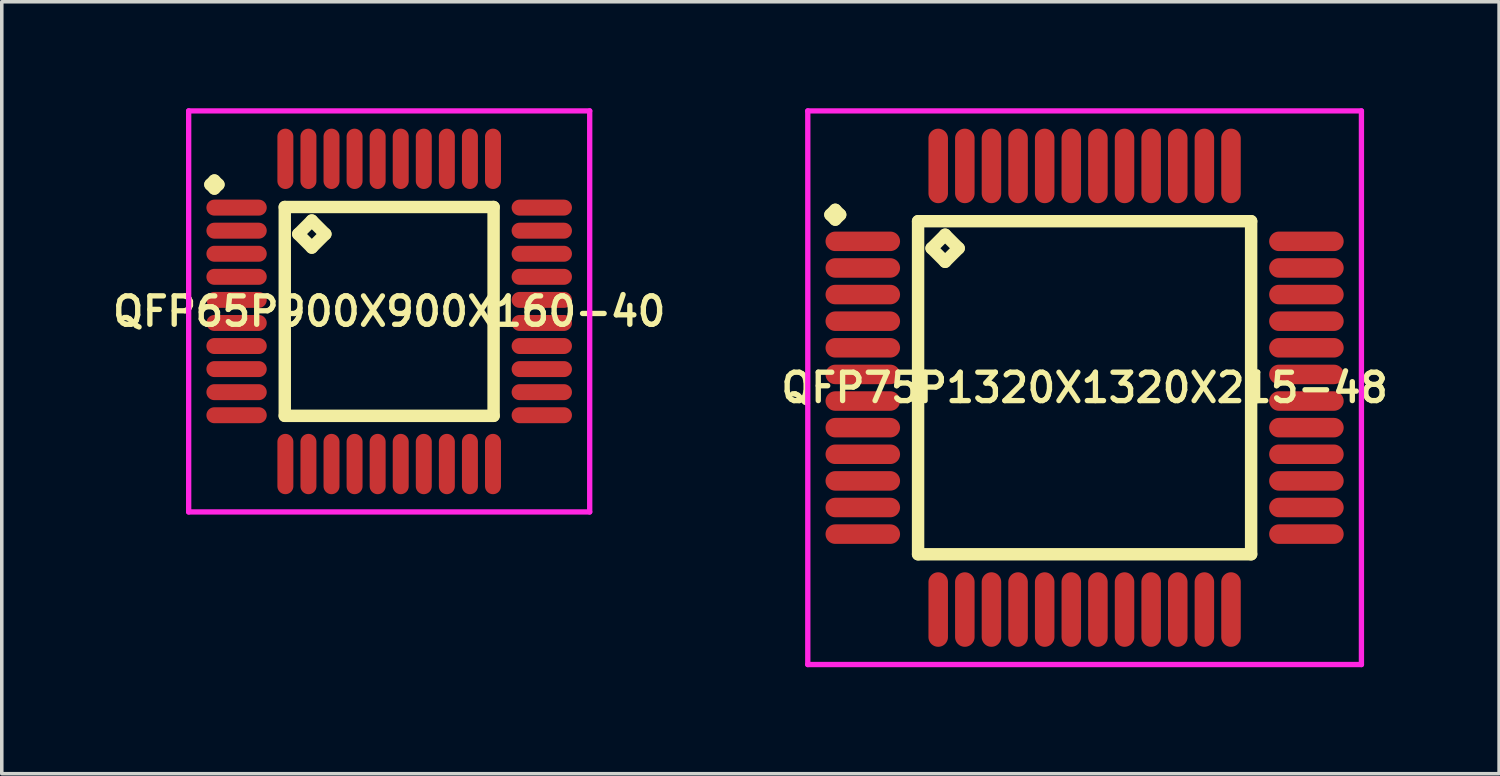
<source format=kicad_pcb>
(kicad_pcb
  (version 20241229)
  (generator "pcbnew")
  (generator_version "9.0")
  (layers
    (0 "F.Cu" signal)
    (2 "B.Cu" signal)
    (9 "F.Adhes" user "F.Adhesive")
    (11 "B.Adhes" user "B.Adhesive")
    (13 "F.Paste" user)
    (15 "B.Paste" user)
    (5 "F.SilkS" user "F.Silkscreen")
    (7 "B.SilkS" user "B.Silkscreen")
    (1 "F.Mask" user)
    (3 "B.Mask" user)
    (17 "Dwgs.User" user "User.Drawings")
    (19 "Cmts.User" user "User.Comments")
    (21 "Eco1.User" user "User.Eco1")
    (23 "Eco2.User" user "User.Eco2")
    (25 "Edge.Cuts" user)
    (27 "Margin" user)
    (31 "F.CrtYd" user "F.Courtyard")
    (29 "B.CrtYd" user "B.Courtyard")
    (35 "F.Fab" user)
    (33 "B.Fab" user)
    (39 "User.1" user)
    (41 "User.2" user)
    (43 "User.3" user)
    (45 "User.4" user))
  (footprint "QFP65P900X900X160-40"
    (layer "F.Cu")
    (at 7.916 5.725)
    (property "Reference" "QFP65P900X900X160-40" (at 0 0 0) (layer "F.SilkS") (effects (font (size 0.8 0.8) (thickness 0.15))))
    (attr smd)
    (fp_line (start -5.037 -3.575) (end -4.925 -3.688) (stroke (width 0.35) (type solid)) (layer "F.SilkS"))
    (fp_line (start -4.925 -3.688) (end -4.812 -3.575) (stroke (width 0.35) (type solid)) (layer "F.SilkS"))
    (fp_line (start -4.925 -3.462) (end -5.037 -3.575) (stroke (width 0.35) (type solid)) (layer "F.SilkS"))
    (fp_line (start -4.812 -3.575) (end -4.925 -3.462) (stroke (width 0.35) (type solid)) (layer "F.SilkS"))
    (fp_line (start -2.942 -2.942) (end -2.942 2.942) (stroke (width 0.35) (type solid)) (layer "F.SilkS"))
    (fp_line (start -2.942 2.942) (end 2.942 2.942) (stroke (width 0.35) (type solid)) (layer "F.SilkS"))
    (fp_line (start -2.561 -2.18) (end -2.18 -2.561) (stroke (width 0.35) (type solid)) (layer "F.SilkS"))
    (fp_line (start -2.18 -2.561) (end -1.799 -2.18) (stroke (width 0.35) (type solid)) (layer "F.SilkS"))
    (fp_line (start -2.18 -1.799) (end -2.561 -2.18) (stroke (width 0.35) (type solid)) (layer "F.SilkS"))
    (fp_line (start -1.799 -2.18) (end -2.18 -1.799) (stroke (width 0.35) (type solid)) (layer "F.SilkS"))
    (fp_line (start 2.942 -2.942) (end -2.942 -2.942) (stroke (width 0.35) (type solid)) (layer "F.SilkS"))
    (fp_line (start 2.942 2.942) (end 2.942 -2.942) (stroke (width 0.35) (type solid)) (layer "F.SilkS"))
    (fp_line (start -5.65 -5.65) (end 5.65 -5.65) (stroke (width 0.15) (type solid)) (layer "F.CrtYd"))
    (fp_line (start -5.65 5.65) (end -5.65 -5.65) (stroke (width 0.15) (type solid)) (layer "F.CrtYd"))
    (fp_line (start 5.65 -5.65) (end 5.65 5.65) (stroke (width 0.15) (type solid)) (layer "F.CrtYd"))
    (fp_line (start 5.65 5.65) (end -5.65 5.65) (stroke (width 0.15) (type solid)) (layer "F.CrtYd"))
    (pad "1" smd oval (at -4.3 -2.925) (size 1.7 0.45) (layers "F.Cu" "F.Mask" "F.Paste"))
    (pad "2" smd oval (at -4.3 -2.275) (size 1.7 0.45) (layers "F.Cu" "F.Mask" "F.Paste"))
    (pad "3" smd oval (at -4.3 -1.625) (size 1.7 0.45) (layers "F.Cu" "F.Mask" "F.Paste"))
    (pad "4" smd oval (at -4.3 -0.975) (size 1.7 0.45) (layers "F.Cu" "F.Mask" "F.Paste"))
    (pad "5" smd oval (at -4.3 -0.325) (size 1.7 0.45) (layers "F.Cu" "F.Mask" "F.Paste"))
    (pad "6" smd oval (at -4.3 0.325) (size 1.7 0.45) (layers "F.Cu" "F.Mask" "F.Paste"))
    (pad "7" smd oval (at -4.3 0.975) (size 1.7 0.45) (layers "F.Cu" "F.Mask" "F.Paste"))
    (pad "8" smd oval (at -4.3 1.625) (size 1.7 0.45) (layers "F.Cu" "F.Mask" "F.Paste"))
    (pad "9" smd oval (at -4.3 2.275) (size 1.7 0.45) (layers "F.Cu" "F.Mask" "F.Paste"))
    (pad "10" smd oval (at -4.3 2.925) (size 1.7 0.45) (layers "F.Cu" "F.Mask" "F.Paste"))
    (pad "11" smd oval (at -2.925 4.3) (size 0.45 1.7) (layers "F.Cu" "F.Mask" "F.Paste"))
    (pad "12" smd oval (at -2.275 4.3) (size 0.45 1.7) (layers "F.Cu" "F.Mask" "F.Paste"))
    (pad "13" smd oval (at -1.625 4.3) (size 0.45 1.7) (layers "F.Cu" "F.Mask" "F.Paste"))
    (pad "14" smd oval (at -0.975 4.3) (size 0.45 1.7) (layers "F.Cu" "F.Mask" "F.Paste"))
    (pad "15" smd oval (at -0.325 4.3) (size 0.45 1.7) (layers "F.Cu" "F.Mask" "F.Paste"))
    (pad "16" smd oval (at 0.325 4.3) (size 0.45 1.7) (layers "F.Cu" "F.Mask" "F.Paste"))
    (pad "17" smd oval (at 0.975 4.3) (size 0.45 1.7) (layers "F.Cu" "F.Mask" "F.Paste"))
    (pad "18" smd oval (at 1.625 4.3) (size 0.45 1.7) (layers "F.Cu" "F.Mask" "F.Paste"))
    (pad "19" smd oval (at 2.275 4.3) (size 0.45 1.7) (layers "F.Cu" "F.Mask" "F.Paste"))
    (pad "20" smd oval (at 2.925 4.3) (size 0.45 1.7) (layers "F.Cu" "F.Mask" "F.Paste"))
    (pad "21" smd oval (at 4.3 2.925) (size 1.7 0.45) (layers "F.Cu" "F.Mask" "F.Paste"))
    (pad "22" smd oval (at 4.3 2.275) (size 1.7 0.45) (layers "F.Cu" "F.Mask" "F.Paste"))
    (pad "23" smd oval (at 4.3 1.625) (size 1.7 0.45) (layers "F.Cu" "F.Mask" "F.Paste"))
    (pad "24" smd oval (at 4.3 0.975) (size 1.7 0.45) (layers "F.Cu" "F.Mask" "F.Paste"))
    (pad "25" smd oval (at 4.3 0.325) (size 1.7 0.45) (layers "F.Cu" "F.Mask" "F.Paste"))
    (pad "26" smd oval (at 4.3 -0.325) (size 1.7 0.45) (layers "F.Cu" "F.Mask" "F.Paste"))
    (pad "27" smd oval (at 4.3 -0.975) (size 1.7 0.45) (layers "F.Cu" "F.Mask" "F.Paste"))
    (pad "28" smd oval (at 4.3 -1.625) (size 1.7 0.45) (layers "F.Cu" "F.Mask" "F.Paste"))
    (pad "29" smd oval (at 4.3 -2.275) (size 1.7 0.45) (layers "F.Cu" "F.Mask" "F.Paste"))
    (pad "30" smd oval (at 4.3 -2.925) (size 1.7 0.45) (layers "F.Cu" "F.Mask" "F.Paste"))
    (pad "31" smd oval (at 2.925 -4.3) (size 0.45 1.7) (layers "F.Cu" "F.Mask" "F.Paste"))
    (pad "32" smd oval (at 2.275 -4.3) (size 0.45 1.7) (layers "F.Cu" "F.Mask" "F.Paste"))
    (pad "33" smd oval (at 1.625 -4.3) (size 0.45 1.7) (layers "F.Cu" "F.Mask" "F.Paste"))
    (pad "34" smd oval (at 0.975 -4.3) (size 0.45 1.7) (layers "F.Cu" "F.Mask" "F.Paste"))
    (pad "35" smd oval (at 0.325 -4.3) (size 0.45 1.7) (layers "F.Cu" "F.Mask" "F.Paste"))
    (pad "36" smd oval (at -0.325 -4.3) (size 0.45 1.7) (layers "F.Cu" "F.Mask" "F.Paste"))
    (pad "37" smd oval (at -0.975 -4.3) (size 0.45 1.7) (layers "F.Cu" "F.Mask" "F.Paste"))
    (pad "38" smd oval (at -1.625 -4.3) (size 0.45 1.7) (layers "F.Cu" "F.Mask" "F.Paste"))
    (pad "39" smd oval (at -2.275 -4.3) (size 0.45 1.7) (layers "F.Cu" "F.Mask" "F.Paste"))
    (pad "40" smd oval (at -2.925 -4.3) (size 0.45 1.7) (layers "F.Cu" "F.Mask" "F.Paste")))
  (footprint "QFP75P1320X1320X215-48"
    (layer "F.Cu")
    (at 27.511 7.875)
    (property "Reference" "QFP75P1320X1320X215-48" (at 0 0 0) (layer "F.SilkS") (effects (font (size 0.8 0.8) (thickness 0.15))))
    (attr smd)
    (fp_line (start -7.162 -4.875) (end -7.025 -5.013) (stroke (width 0.35) (type solid)) (layer "F.SilkS"))
    (fp_line (start -7.025 -5.013) (end -6.888 -4.875) (stroke (width 0.35) (type solid)) (layer "F.SilkS"))
    (fp_line (start -7.025 -4.737) (end -7.162 -4.875) (stroke (width 0.35) (type solid)) (layer "F.SilkS"))
    (fp_line (start -6.888 -4.875) (end -7.025 -4.737) (stroke (width 0.35) (type solid)) (layer "F.SilkS"))
    (fp_line (start -4.692 -4.692) (end -4.692 4.692) (stroke (width 0.35) (type solid)) (layer "F.SilkS"))
    (fp_line (start -4.692 4.692) (end 4.692 4.692) (stroke (width 0.35) (type solid)) (layer "F.SilkS"))
    (fp_line (start -4.311 -3.93) (end -3.93 -4.311) (stroke (width 0.35) (type solid)) (layer "F.SilkS"))
    (fp_line (start -3.93 -4.311) (end -3.549 -3.93) (stroke (width 0.35) (type solid)) (layer "F.SilkS"))
    (fp_line (start -3.93 -3.549) (end -4.311 -3.93) (stroke (width 0.35) (type solid)) (layer "F.SilkS"))
    (fp_line (start -3.549 -3.93) (end -3.93 -3.549) (stroke (width 0.35) (type solid)) (layer "F.SilkS"))
    (fp_line (start 4.692 -4.692) (end -4.692 -4.692) (stroke (width 0.35) (type solid)) (layer "F.SilkS"))
    (fp_line (start 4.692 4.692) (end 4.692 -4.692) (stroke (width 0.35) (type solid)) (layer "F.SilkS"))
    (fp_line (start -7.8 -7.8) (end 7.8 -7.8) (stroke (width 0.15) (type solid)) (layer "F.CrtYd"))
    (fp_line (start -7.8 7.8) (end -7.8 -7.8) (stroke (width 0.15) (type solid)) (layer "F.CrtYd"))
    (fp_line (start 7.8 -7.8) (end 7.8 7.8) (stroke (width 0.15) (type solid)) (layer "F.CrtYd"))
    (fp_line (start 7.8 7.8) (end -7.8 7.8) (stroke (width 0.15) (type solid)) (layer "F.CrtYd"))
    (pad "1" smd oval (at -6.25 -4.125) (size 2.1 0.55) (layers "F.Cu" "F.Mask" "F.Paste"))
    (pad "2" smd oval (at -6.25 -3.375) (size 2.1 0.55) (layers "F.Cu" "F.Mask" "F.Paste"))
    (pad "3" smd oval (at -6.25 -2.625) (size 2.1 0.55) (layers "F.Cu" "F.Mask" "F.Paste"))
    (pad "4" smd oval (at -6.25 -1.875) (size 2.1 0.55) (layers "F.Cu" "F.Mask" "F.Paste"))
    (pad "5" smd oval (at -6.25 -1.125) (size 2.1 0.55) (layers "F.Cu" "F.Mask" "F.Paste"))
    (pad "6" smd oval (at -6.25 -0.375) (size 2.1 0.55) (layers "F.Cu" "F.Mask" "F.Paste"))
    (pad "7" smd oval (at -6.25 0.375) (size 2.1 0.55) (layers "F.Cu" "F.Mask" "F.Paste"))
    (pad "8" smd oval (at -6.25 1.125) (size 2.1 0.55) (layers "F.Cu" "F.Mask" "F.Paste"))
    (pad "9" smd oval (at -6.25 1.875) (size 2.1 0.55) (layers "F.Cu" "F.Mask" "F.Paste"))
    (pad "10" smd oval (at -6.25 2.625) (size 2.1 0.55) (layers "F.Cu" "F.Mask" "F.Paste"))
    (pad "11" smd oval (at -6.25 3.375) (size 2.1 0.55) (layers "F.Cu" "F.Mask" "F.Paste"))
    (pad "12" smd oval (at -6.25 4.125) (size 2.1 0.55) (layers "F.Cu" "F.Mask" "F.Paste"))
    (pad "13" smd oval (at -4.125 6.25) (size 0.55 2.1) (layers "F.Cu" "F.Mask" "F.Paste"))
    (pad "14" smd oval (at -3.375 6.25) (size 0.55 2.1) (layers "F.Cu" "F.Mask" "F.Paste"))
    (pad "15" smd oval (at -2.625 6.25) (size 0.55 2.1) (layers "F.Cu" "F.Mask" "F.Paste"))
    (pad "16" smd oval (at -1.875 6.25) (size 0.55 2.1) (layers "F.Cu" "F.Mask" "F.Paste"))
    (pad "17" smd oval (at -1.125 6.25) (size 0.55 2.1) (layers "F.Cu" "F.Mask" "F.Paste"))
    (pad "18" smd oval (at -0.375 6.25) (size 0.55 2.1) (layers "F.Cu" "F.Mask" "F.Paste"))
    (pad "19" smd oval (at 0.375 6.25) (size 0.55 2.1) (layers "F.Cu" "F.Mask" "F.Paste"))
    (pad "20" smd oval (at 1.125 6.25) (size 0.55 2.1) (layers "F.Cu" "F.Mask" "F.Paste"))
    (pad "21" smd oval (at 1.875 6.25) (size 0.55 2.1) (layers "F.Cu" "F.Mask" "F.Paste"))
    (pad "22" smd oval (at 2.625 6.25) (size 0.55 2.1) (layers "F.Cu" "F.Mask" "F.Paste"))
    (pad "23" smd oval (at 3.375 6.25) (size 0.55 2.1) (layers "F.Cu" "F.Mask" "F.Paste"))
    (pad "24" smd oval (at 4.125 6.25) (size 0.55 2.1) (layers "F.Cu" "F.Mask" "F.Paste"))
    (pad "25" smd oval (at 6.25 4.125) (size 2.1 0.55) (layers "F.Cu" "F.Mask" "F.Paste"))
    (pad "26" smd oval (at 6.25 3.375) (size 2.1 0.55) (layers "F.Cu" "F.Mask" "F.Paste"))
    (pad "27" smd oval (at 6.25 2.625) (size 2.1 0.55) (layers "F.Cu" "F.Mask" "F.Paste"))
    (pad "28" smd oval (at 6.25 1.875) (size 2.1 0.55) (layers "F.Cu" "F.Mask" "F.Paste"))
    (pad "29" smd oval (at 6.25 1.125) (size 2.1 0.55) (layers "F.Cu" "F.Mask" "F.Paste"))
    (pad "30" smd oval (at 6.25 0.375) (size 2.1 0.55) (layers "F.Cu" "F.Mask" "F.Paste"))
    (pad "31" smd oval (at 6.25 -0.375) (size 2.1 0.55) (layers "F.Cu" "F.Mask" "F.Paste"))
    (pad "32" smd oval (at 6.25 -1.125) (size 2.1 0.55) (layers "F.Cu" "F.Mask" "F.Paste"))
    (pad "33" smd oval (at 6.25 -1.875) (size 2.1 0.55) (layers "F.Cu" "F.Mask" "F.Paste"))
    (pad "34" smd oval (at 6.25 -2.625) (size 2.1 0.55) (layers "F.Cu" "F.Mask" "F.Paste"))
    (pad "35" smd oval (at 6.25 -3.375) (size 2.1 0.55) (layers "F.Cu" "F.Mask" "F.Paste"))
    (pad "36" smd oval (at 6.25 -4.125) (size 2.1 0.55) (layers "F.Cu" "F.Mask" "F.Paste"))
    (pad "37" smd oval (at 4.125 -6.25) (size 0.55 2.1) (layers "F.Cu" "F.Mask" "F.Paste"))
    (pad "38" smd oval (at 3.375 -6.25) (size 0.55 2.1) (layers "F.Cu" "F.Mask" "F.Paste"))
    (pad "39" smd oval (at 2.625 -6.25) (size 0.55 2.1) (layers "F.Cu" "F.Mask" "F.Paste"))
    (pad "40" smd oval (at 1.875 -6.25) (size 0.55 2.1) (layers "F.Cu" "F.Mask" "F.Paste"))
    (pad "41" smd oval (at 1.125 -6.25) (size 0.55 2.1) (layers "F.Cu" "F.Mask" "F.Paste"))
    (pad "42" smd oval (at 0.375 -6.25) (size 0.55 2.1) (layers "F.Cu" "F.Mask" "F.Paste"))
    (pad "43" smd oval (at -0.375 -6.25) (size 0.55 2.1) (layers "F.Cu" "F.Mask" "F.Paste"))
    (pad "44" smd oval (at -1.125 -6.25) (size 0.55 2.1) (layers "F.Cu" "F.Mask" "F.Paste"))
    (pad "45" smd oval (at -1.875 -6.25) (size 0.55 2.1) (layers "F.Cu" "F.Mask" "F.Paste"))
    (pad "46" smd oval (at -2.625 -6.25) (size 0.55 2.1) (layers "F.Cu" "F.Mask" "F.Paste"))
    (pad "47" smd oval (at -3.375 -6.25) (size 0.55 2.1) (layers "F.Cu" "F.Mask" "F.Paste"))
    (pad "48" smd oval (at -4.125 -6.25) (size 0.55 2.1) (layers "F.Cu" "F.Mask" "F.Paste")))
  (gr_rect
    (start -3 -3)
    (end 39.19 18.75)
    (stroke (width 0.1) (type default))
    (fill no)
    (layer "Edge.Cuts")))
</source>
